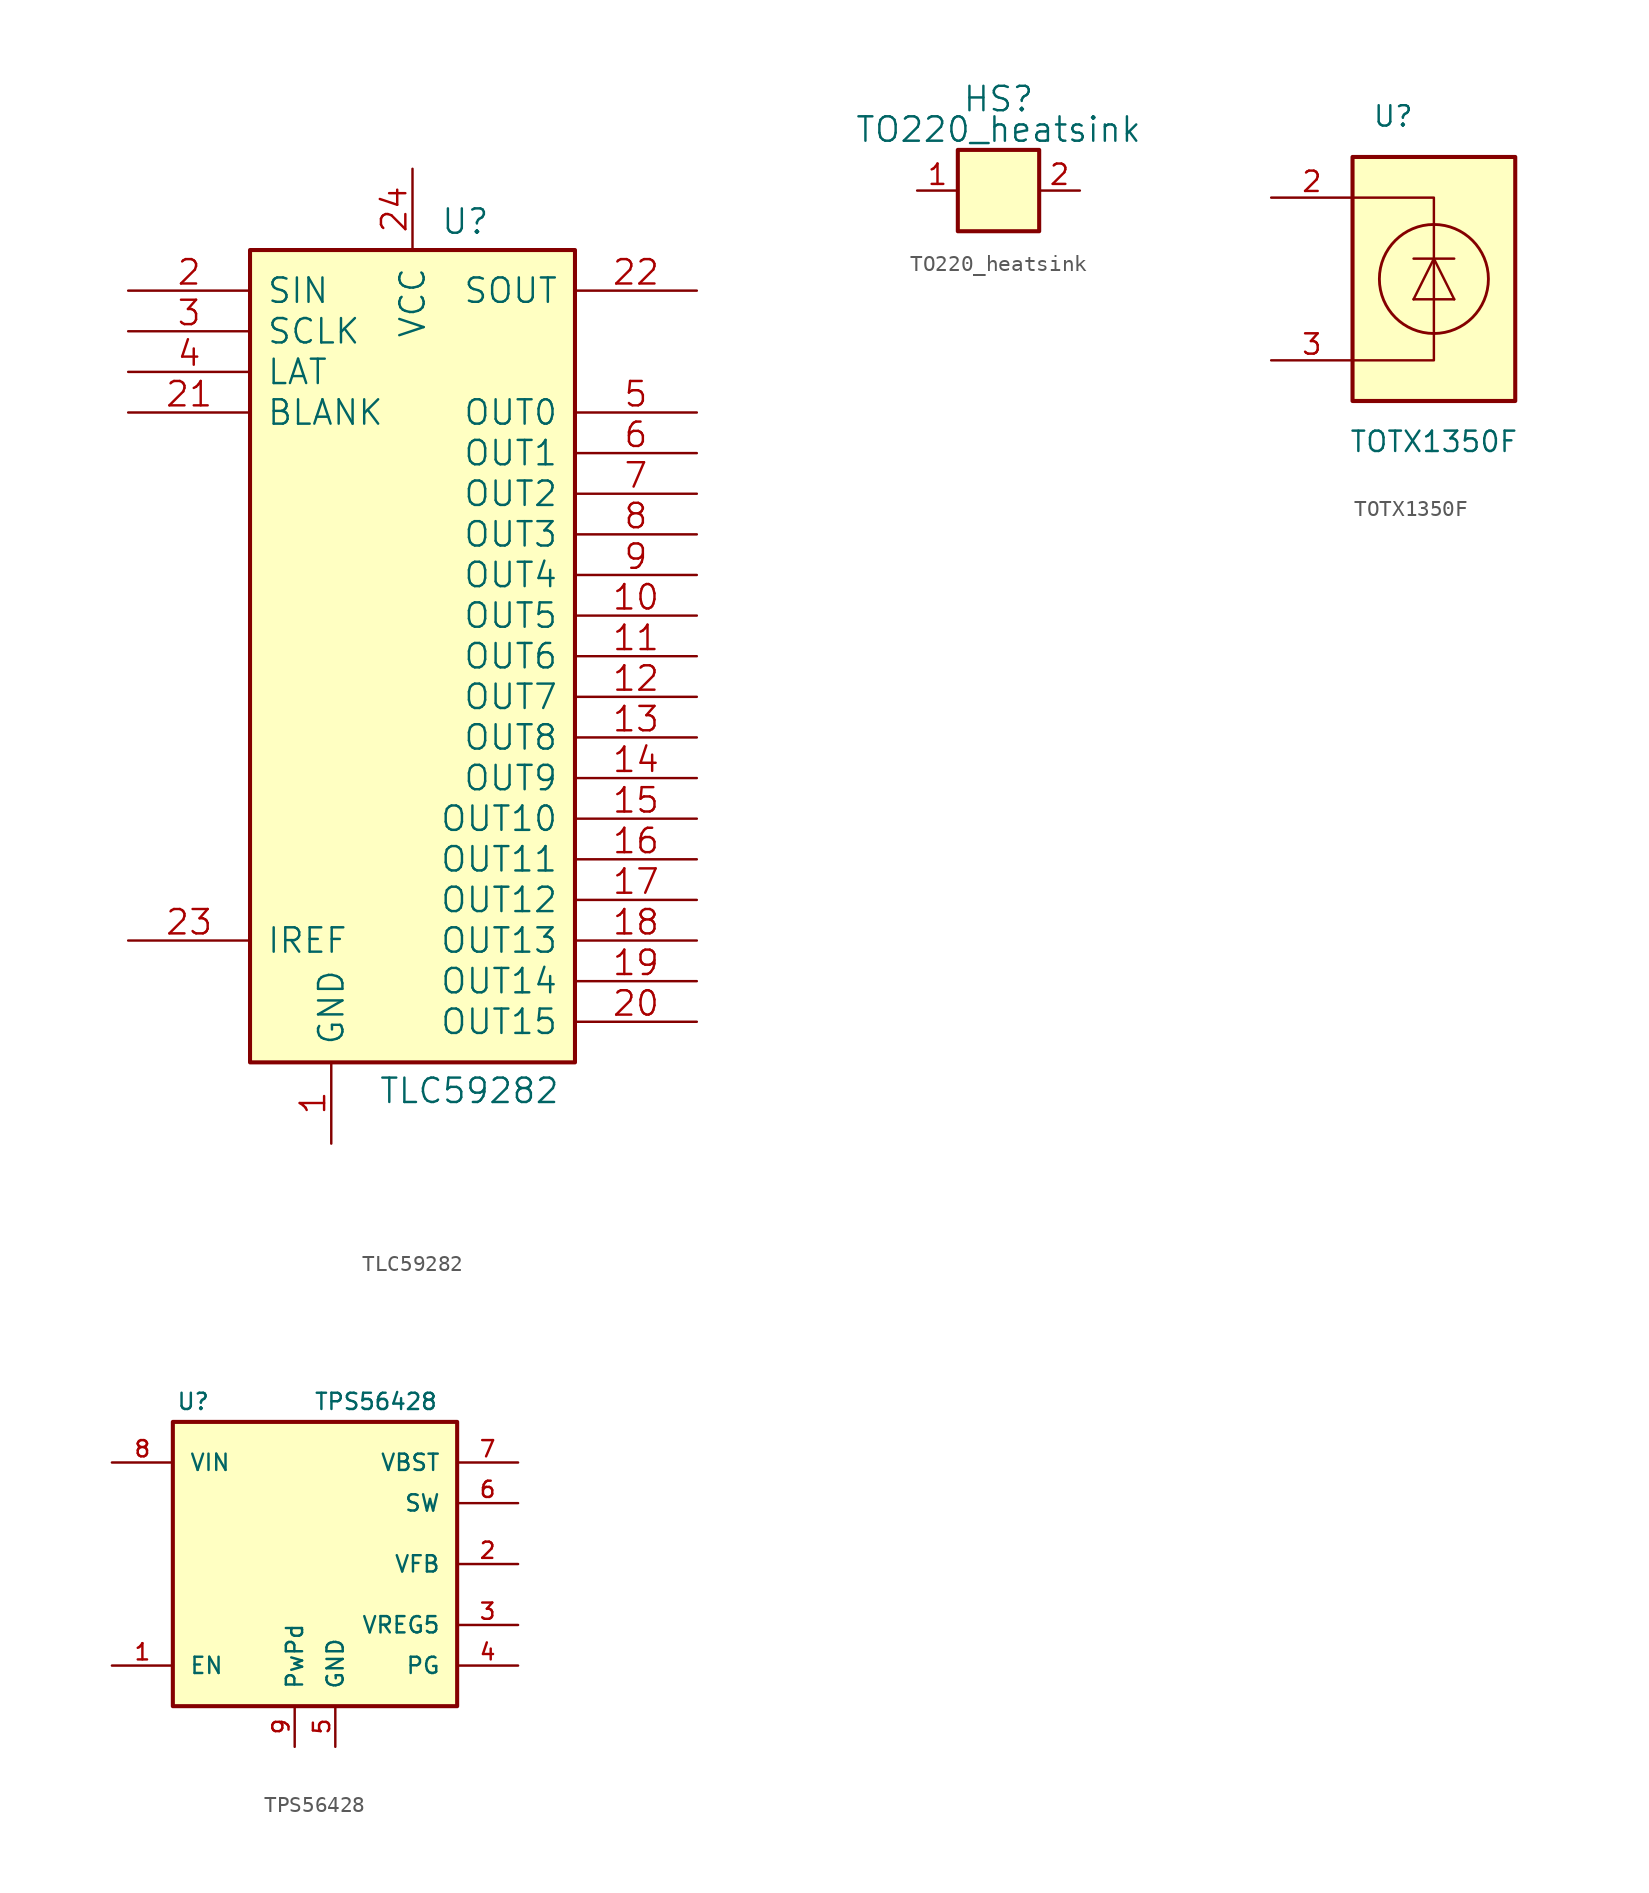
<source format=kicad_sym>
(kicad_symbol_lib
  (version 20231120)
  (generator "kicad_symbol_editor")
  (generator_version "8.0")
  (symbol "TLC59282"
    (pin_names
      (offset 1.016))
    (property "Reference" "U"
      (at 3.302 27.178 0)
      (effects (font (size 1.524 1.524))))
    (property "Value" "TLC59282"
      (at 3.556 -27.178 0)
      (effects (font (size 1.524 1.524))))
    (symbol "TLC59282_1_0"
      (pin power_in line (at -5.08 -30.48 90) (length 5.08) (name "GND" (effects (font (size 1.524 1.524)))) (number "1" (effects (font (size 1.524 1.524)))))
      (pin power_in line (at 0 30.48 270) (length 5.08) (name "VCC" (effects (font (size 1.524 1.524)))) (number "24" (effects (font (size 1.524 1.524))))))
    (symbol "TLC59282_1_1"
      (rectangle (start -10.16 25.4) (end 10.16 -25.4) (stroke (width 0.254) (type solid)) (fill (type background)))
      (pin output line (at 17.78 2.54 180) (length 7.62) (name "OUT5" (effects (font (size 1.524 1.524)))) (number "10" (effects (font (size 1.524 1.524)))))
      (pin output line (at 17.78 0 180) (length 7.62) (name "OUT6" (effects (font (size 1.524 1.524)))) (number "11" (effects (font (size 1.524 1.524)))))
      (pin output line (at 17.78 -2.54 180) (length 7.62) (name "OUT7" (effects (font (size 1.524 1.524)))) (number "12" (effects (font (size 1.524 1.524)))))
      (pin output line (at 17.78 -5.08 180) (length 7.62) (name "OUT8" (effects (font (size 1.524 1.524)))) (number "13" (effects (font (size 1.524 1.524)))))
      (pin output line (at 17.78 -7.62 180) (length 7.62) (name "OUT9" (effects (font (size 1.524 1.524)))) (number "14" (effects (font (size 1.524 1.524)))))
      (pin output line (at 17.78 -10.16 180) (length 7.62) (name "OUT10" (effects (font (size 1.524 1.524)))) (number "15" (effects (font (size 1.524 1.524)))))
      (pin output line (at 17.78 -12.7 180) (length 7.62) (name "OUT11" (effects (font (size 1.524 1.524)))) (number "16" (effects (font (size 1.524 1.524)))))
      (pin output line (at 17.78 -15.24 180) (length 7.62) (name "OUT12" (effects (font (size 1.524 1.524)))) (number "17" (effects (font (size 1.524 1.524)))))
      (pin output line (at 17.78 -17.78 180) (length 7.62) (name "OUT13" (effects (font (size 1.524 1.524)))) (number "18" (effects (font (size 1.524 1.524)))))
      (pin output line (at 17.78 -20.32 180) (length 7.62) (name "OUT14" (effects (font (size 1.524 1.524)))) (number "19" (effects (font (size 1.524 1.524)))))
      (pin input line (at -17.78 22.86 0) (length 7.62) (name "SIN" (effects (font (size 1.524 1.524)))) (number "2" (effects (font (size 1.524 1.524)))))
      (pin output line (at 17.78 -22.86 180) (length 7.62) (name "OUT15" (effects (font (size 1.524 1.524)))) (number "20" (effects (font (size 1.524 1.524)))))
      (pin input line (at -17.78 15.24 0) (length 7.62) (name "BLANK" (effects (font (size 1.524 1.524)))) (number "21" (effects (font (size 1.524 1.524)))))
      (pin output line (at 17.78 22.86 180) (length 7.62) (name "SOUT" (effects (font (size 1.524 1.524)))) (number "22" (effects (font (size 1.524 1.524)))))
      (pin passive line (at -17.78 -17.78 0) (length 7.62) (name "IREF" (effects (font (size 1.524 1.524)))) (number "23" (effects (font (size 1.524 1.524)))))
      (pin input line (at -17.78 20.32 0) (length 7.62) (name "SCLK" (effects (font (size 1.524 1.524)))) (number "3" (effects (font (size 1.524 1.524)))))
      (pin input line (at -17.78 17.78 0) (length 7.62) (name "LAT" (effects (font (size 1.524 1.524)))) (number "4" (effects (font (size 1.524 1.524)))))
      (pin output line (at 17.78 15.24 180) (length 7.62) (name "OUT0" (effects (font (size 1.524 1.524)))) (number "5" (effects (font (size 1.524 1.524)))))
      (pin output line (at 17.78 12.7 180) (length 7.62) (name "OUT1" (effects (font (size 1.524 1.524)))) (number "6" (effects (font (size 1.524 1.524)))))
      (pin output line (at 17.78 10.16 180) (length 7.62) (name "OUT2" (effects (font (size 1.524 1.524)))) (number "7" (effects (font (size 1.524 1.524)))))
      (pin output line (at 17.78 7.62 180) (length 7.62) (name "OUT3" (effects (font (size 1.524 1.524)))) (number "8" (effects (font (size 1.524 1.524)))))
      (pin output line (at 17.78 5.08 180) (length 7.62) (name "OUT4" (effects (font (size 1.524 1.524)))) (number "9" (effects (font (size 1.524 1.524)))))))
  (symbol "TO220_heatsink"
    (pin_names
      (offset 1.016))
    (property "Reference" "HS"
      (at 0 5.715 0)
      (effects (font (size 1.524 1.524))))
    (property "Value" "TO220_heatsink"
      (at 0 3.81 0)
      (effects (font (size 1.524 1.524))))
    (symbol "TO220_heatsink_1_1"
      (rectangle (start -2.54 2.54) (end 2.54 -2.54) (stroke (width 0.254) (type solid)) (fill (type background)))
      (pin passive line (at -5.08 0 0) (length 2.54) (name "~" (effects (font (size 1.27 1.27)))) (number "1" (effects (font (size 1.27 1.27)))))
      (pin passive line (at 5.08 0 180) (length 2.54) (name "~" (effects (font (size 1.27 1.27)))) (number "2" (effects (font (size 1.27 1.27)))))))
  (symbol "TOTX1350F"
    (pin_names
      (offset 1.016))
    (property "Reference" "U"
      (at -2.54 10.16 0)
      (effects (font (size 1.27 1.27))))
    (property "Value" "TOTX1350F"
      (at 0 -10.16 0)
      (effects (font (size 1.27 1.27))))
    (symbol "TOTX1350F_0_1"
      (rectangle (start -5.08 7.62) (end 5.08 -7.62) (stroke (width 0.254) (type solid)) (fill (type background)))
      (polyline (pts (xy -1.27 -1.27) (xy 1.27 -1.27)) (stroke (width 0.152) (type solid)) (fill (type none)))
      (polyline (pts (xy -1.27 1.27) (xy 1.27 1.27)) (stroke (width 0.152) (type solid)) (fill (type none)))
      (polyline (pts (xy 0 1.27) (xy -1.27 -1.27)) (stroke (width 0.152) (type solid)) (fill (type none)))
      (polyline (pts (xy 0 1.27) (xy 1.27 -1.27)) (stroke (width 0.152) (type solid)) (fill (type none)))
      (polyline (pts (xy -5.08 5.08) (xy 0 5.08) (xy 0 -5.08) (xy -5.08 -5.08)) (stroke (width 0.152) (type solid)) (fill (type none)))
      (circle (center 0 0) (radius 3.404) (stroke (width 0.178) (type solid)) (fill (type none))))
    (symbol "TOTX1350F_1_1"
      (pin no_connect line (at 7.62 -5.08 180) (length 2.54) hide (name "NC" (effects (font (size 1.27 1.27)))) (number "1" (effects (font (size 1.27 1.27)))))
      (pin passive line (at -10.16 5.08 0) (length 5.08) (name "~" (effects (font (size 1.27 1.27)))) (number "2" (effects (font (size 1.27 1.27)))))
      (pin passive line (at -10.16 -5.08 0) (length 5.08) (name "~" (effects (font (size 1.27 1.27)))) (number "3" (effects (font (size 1.27 1.27)))))
      (pin no_connect line (at 7.62 5.08 180) (length 2.54) hide (name "MTG" (effects (font (size 1.27 1.27)))) (number "4" (effects (font (size 1.27 1.27)))))
      (pin no_connect line (at 7.62 2.54 180) (length 2.54) hide (name "MTG" (effects (font (size 1.27 1.27)))) (number "5" (effects (font (size 1.27 1.27)))))))
  (symbol "TPS56428"
    (pin_names
      (offset 1.016))
    (property "Reference" "U"
      (at -7.62 10.16 0)
      (effects (font (size 1.016 1.016))))
    (property "Value" "TPS56428"
      (at 3.81 10.16 0)
      (effects (font (size 1.016 1.016))))
    (symbol "TPS56428_1_1"
      (rectangle (start -8.89 8.89) (end 8.89 -8.89) (stroke (width 0.254) (type solid)) (fill (type background)))
      (pin input line (at -12.7 -6.35 0) (length 3.81) (name "EN" (effects (font (size 1.016 1.016)))) (number "1" (effects (font (size 1.016 1.016)))))
      (pin passive line (at 12.7 0 180) (length 3.81) (name "VFB" (effects (font (size 1.016 1.016)))) (number "2" (effects (font (size 1.016 1.016)))))
      (pin power_out line (at 12.7 -3.81 180) (length 3.81) (name "VREG5" (effects (font (size 1.016 1.016)))) (number "3" (effects (font (size 1.016 1.016)))))
      (pin open_collector line (at 12.7 -6.35 180) (length 3.81) (name "PG" (effects (font (size 1.016 1.016)))) (number "4" (effects (font (size 1.016 1.016)))))
      (pin power_in line (at 1.27 -11.43 90) (length 2.54) (name "GND" (effects (font (size 1.016 1.016)))) (number "5" (effects (font (size 1.016 1.016)))))
      (pin power_out line (at 12.7 3.81 180) (length 3.81) (name "SW" (effects (font (size 1.016 1.016)))) (number "6" (effects (font (size 1.016 1.016)))))
      (pin power_out line (at 12.7 6.35 180) (length 3.81) (name "VBST" (effects (font (size 1.016 1.016)))) (number "7" (effects (font (size 1.016 1.016)))))
      (pin power_in line (at -12.7 6.35 0) (length 3.81) (name "VIN" (effects (font (size 1.016 1.016)))) (number "8" (effects (font (size 1.016 1.016)))))
      (pin power_in line (at -1.27 -11.43 90) (length 2.54) (name "PwPd" (effects (font (size 1.016 1.016)))) (number "9" (effects (font (size 1.016 1.016))))))))
</source>
